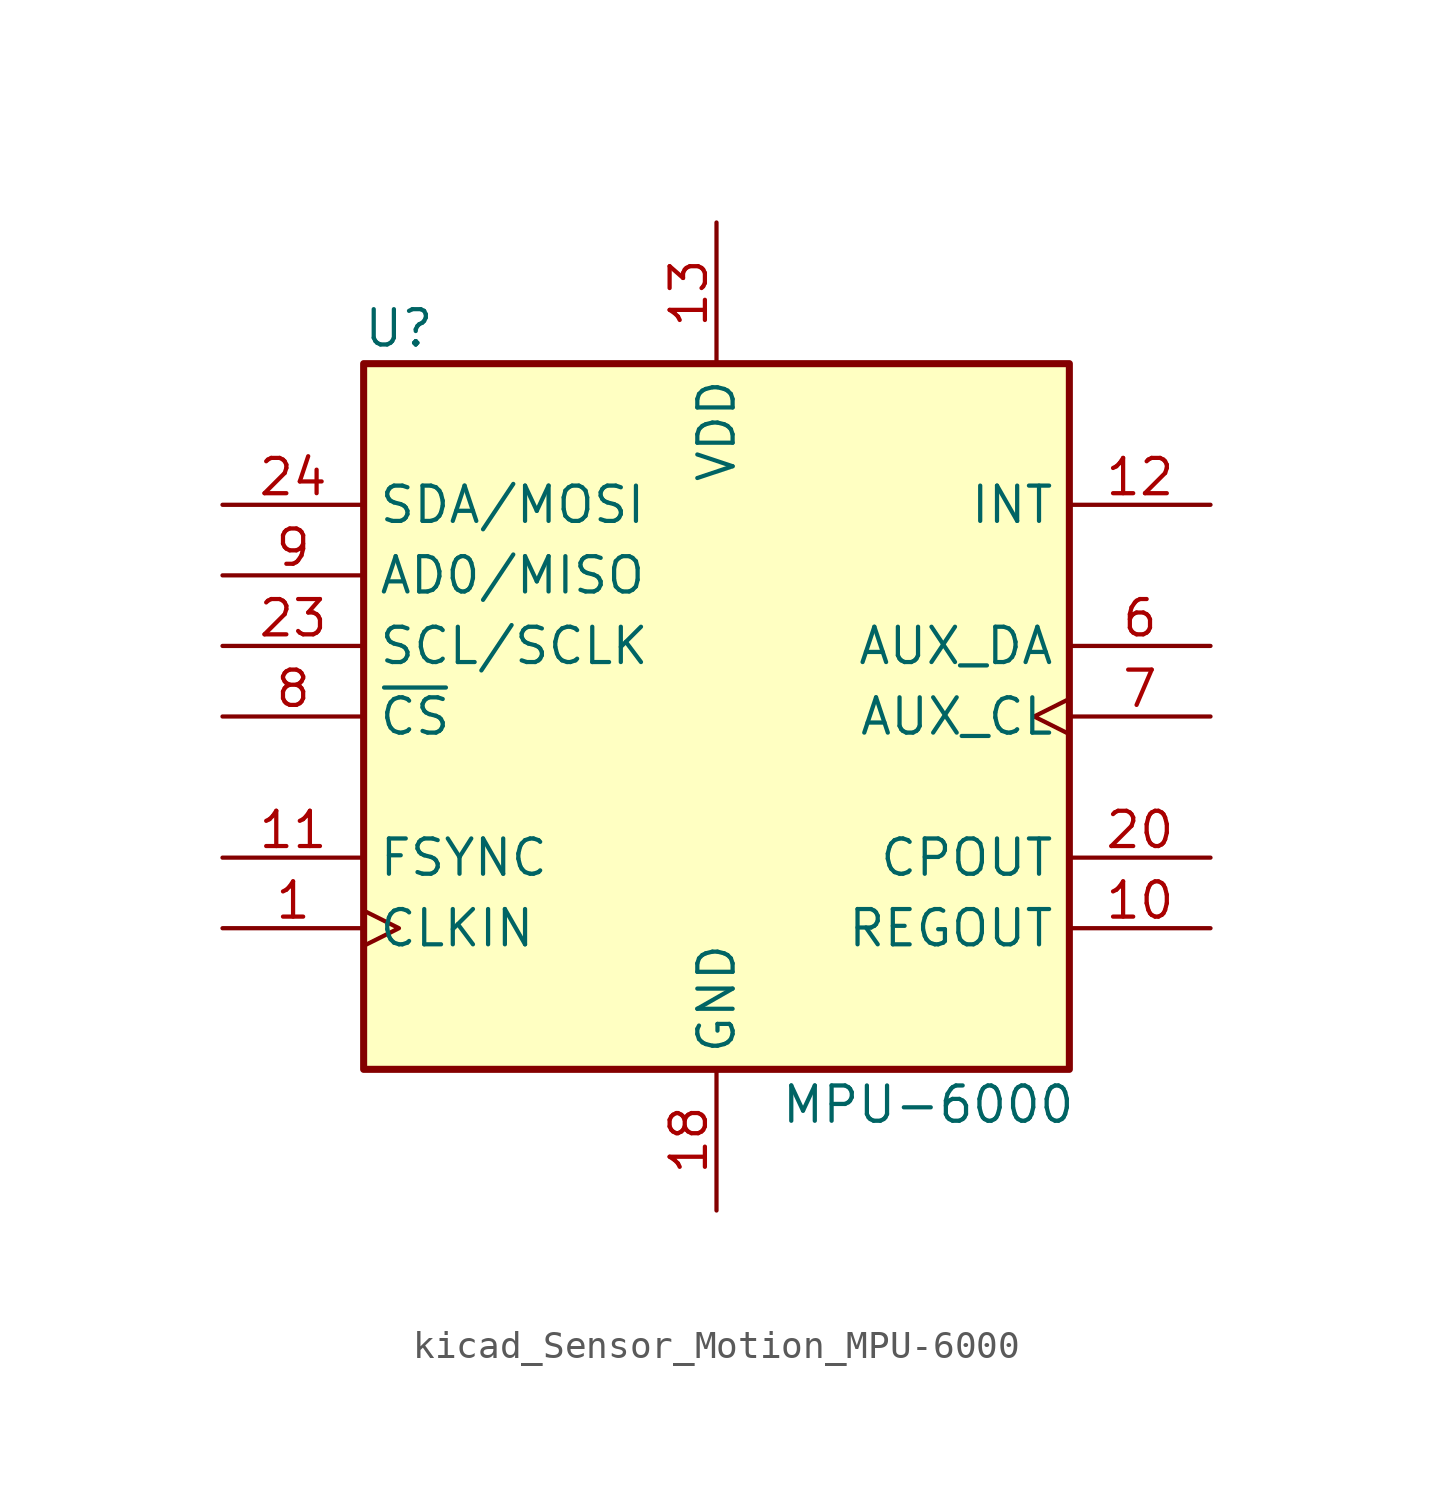
<source format=kicad_sym>
(kicad_symbol_lib
  (version 20220914)
  (generator kicad_symbol_editor)
  (symbol "kicad_Sensor_Motion_MPU-6000"
    (property "Reference" "U"
      (at -11.43 13.97 0)
      (effects (font (size 1.27 1.27))))
    (property "Value" "MPU-6000"
      (at 7.62 -13.97 0)
      (effects (font (size 1.27 1.27))))
    (symbol "kicad_Sensor_Motion_MPU-6000_0_1"
      (rectangle (start -12.7 12.7) (end 12.7 -12.7) (stroke (width 0.254) (type default)) (fill (type background))))
    (symbol "kicad_Sensor_Motion_MPU-6000_1_1"
      (pin input clock (at -17.78 -7.62 0) (length 5.08) (name "CLKIN" (effects (font (size 1.27 1.27)))) (number "1" (effects (font (size 1.27 1.27)))))
      (pin passive line (at 17.78 -7.62 180) (length 5.08) (name "REGOUT" (effects (font (size 1.27 1.27)))) (number "10" (effects (font (size 1.27 1.27)))))
      (pin input line (at -17.78 -5.08 0) (length 5.08) (name "FSYNC" (effects (font (size 1.27 1.27)))) (number "11" (effects (font (size 1.27 1.27)))))
      (pin output line (at 17.78 7.62 180) (length 5.08) (name "INT" (effects (font (size 1.27 1.27)))) (number "12" (effects (font (size 1.27 1.27)))))
      (pin power_in line (at 0 17.78 270) (length 5.08) (name "VDD" (effects (font (size 1.27 1.27)))) (number "13" (effects (font (size 1.27 1.27)))))
      (pin power_in line (at 0 -17.78 90) (length 5.08) (name "GND" (effects (font (size 1.27 1.27)))) (number "18" (effects (font (size 1.27 1.27)))))
      (pin passive line (at 17.78 -5.08 180) (length 5.08) (name "CPOUT" (effects (font (size 1.27 1.27)))) (number "20" (effects (font (size 1.27 1.27)))))
      (pin input line (at -17.78 2.54 0) (length 5.08) (name "SCL/SCLK" (effects (font (size 1.27 1.27)))) (number "23" (effects (font (size 1.27 1.27)))))
      (pin bidirectional line (at -17.78 7.62 0) (length 5.08) (name "SDA/MOSI" (effects (font (size 1.27 1.27)))) (number "24" (effects (font (size 1.27 1.27)))))
      (pin bidirectional line (at 17.78 2.54 180) (length 5.08) (name "AUX_DA" (effects (font (size 1.27 1.27)))) (number "6" (effects (font (size 1.27 1.27)))))
      (pin output clock (at 17.78 0 180) (length 5.08) (name "AUX_CL" (effects (font (size 1.27 1.27)))) (number "7" (effects (font (size 1.27 1.27)))))
      (pin input line (at -17.78 0 0) (length 5.08) (name "~{CS}" (effects (font (size 1.27 1.27)))) (number "8" (effects (font (size 1.27 1.27)))))
      (pin bidirectional line (at -17.78 5.08 0) (length 5.08) (name "AD0/MISO" (effects (font (size 1.27 1.27)))) (number "9" (effects (font (size 1.27 1.27))))))))
</source>
